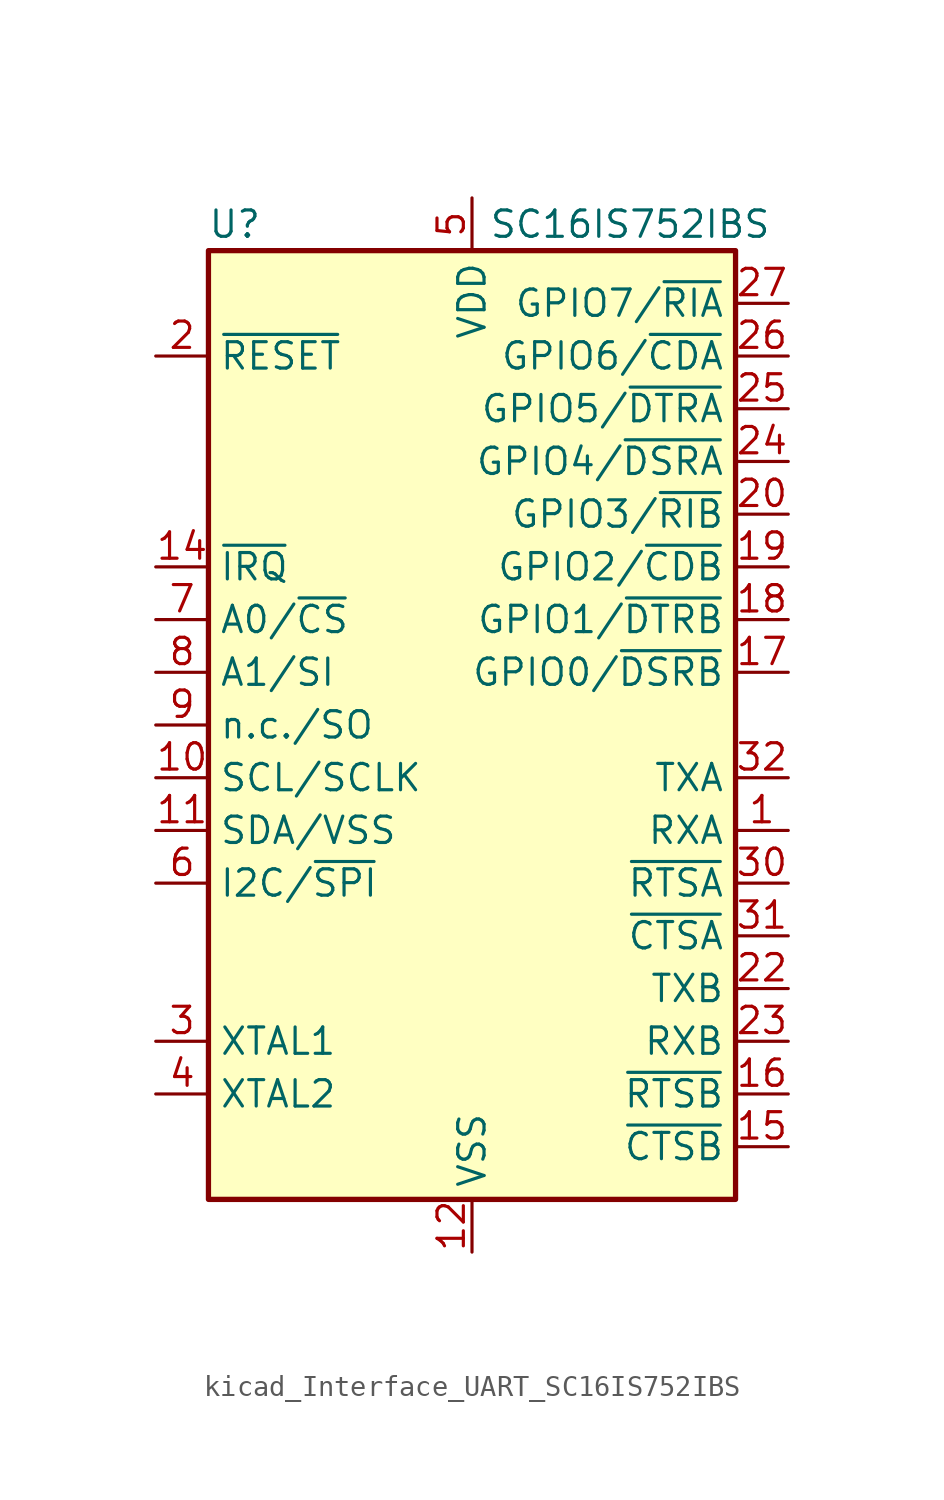
<source format=kicad_sym>
(kicad_symbol_lib
  (version 20220914)
  (generator kicad_symbol_editor)
  (symbol "kicad_Interface_UART_SC16IS752IBS"
    (property "Reference" "U"
      (at -11.43 24.13 0)
      (effects (font (size 1.27 1.27))))
    (property "Value" "SC16IS752IBS"
      (at 7.62 24.13 0)
      (effects (font (size 1.27 1.27))))
    (symbol "kicad_Interface_UART_SC16IS752IBS_0_1"
      (rectangle (start -12.7 22.86) (end 12.7 -22.86) (stroke (width 0.254) (type default)) (fill (type background))))
    (symbol "kicad_Interface_UART_SC16IS752IBS_1_1"
      (pin input line (at 15.24 -5.08 180) (length 2.54) (name "RXA" (effects (font (size 1.27 1.27)))) (number "1" (effects (font (size 1.27 1.27)))))
      (pin input line (at -15.24 -2.54 0) (length 2.54) (name "SCL/SCLK" (effects (font (size 1.27 1.27)))) (number "10" (effects (font (size 1.27 1.27)))))
      (pin bidirectional line (at -15.24 -5.08 0) (length 2.54) (name "SDA/VSS" (effects (font (size 1.27 1.27)))) (number "11" (effects (font (size 1.27 1.27)))))
      (pin power_in line (at 0 -25.4 90) (length 2.54) (name "VSS" (effects (font (size 1.27 1.27)))) (number "12" (effects (font (size 1.27 1.27)))))
      (pin passive line (at 0 25.4 270) (length 2.54) hide (name "VDD" (effects (font (size 1.27 1.27)))) (number "13" (effects (font (size 1.27 1.27)))))
      (pin open_collector line (at -15.24 7.62 0) (length 2.54) (name "~{IRQ}" (effects (font (size 1.27 1.27)))) (number "14" (effects (font (size 1.27 1.27)))))
      (pin input line (at 15.24 -20.32 180) (length 2.54) (name "~{CTSB}" (effects (font (size 1.27 1.27)))) (number "15" (effects (font (size 1.27 1.27)))))
      (pin output line (at 15.24 -17.78 180) (length 2.54) (name "~{RTSB}" (effects (font (size 1.27 1.27)))) (number "16" (effects (font (size 1.27 1.27)))))
      (pin bidirectional line (at 15.24 2.54 180) (length 2.54) (name "GPIO0/~{DSRB}" (effects (font (size 1.27 1.27)))) (number "17" (effects (font (size 1.27 1.27)))))
      (pin bidirectional line (at 15.24 5.08 180) (length 2.54) (name "GPIO1/~{DTRB}" (effects (font (size 1.27 1.27)))) (number "18" (effects (font (size 1.27 1.27)))))
      (pin bidirectional line (at 15.24 7.62 180) (length 2.54) (name "GPIO2/~{CDB}" (effects (font (size 1.27 1.27)))) (number "19" (effects (font (size 1.27 1.27)))))
      (pin input line (at -15.24 17.78 0) (length 2.54) (name "~{RESET}" (effects (font (size 1.27 1.27)))) (number "2" (effects (font (size 1.27 1.27)))))
      (pin bidirectional line (at 15.24 10.16 180) (length 2.54) (name "GPIO3/~{RIB}" (effects (font (size 1.27 1.27)))) (number "20" (effects (font (size 1.27 1.27)))))
      (pin passive line (at 0 -25.4 90) (length 2.54) hide (name "VSS" (effects (font (size 1.27 1.27)))) (number "21" (effects (font (size 1.27 1.27)))))
      (pin output line (at 15.24 -12.7 180) (length 2.54) (name "TXB" (effects (font (size 1.27 1.27)))) (number "22" (effects (font (size 1.27 1.27)))))
      (pin input line (at 15.24 -15.24 180) (length 2.54) (name "RXB" (effects (font (size 1.27 1.27)))) (number "23" (effects (font (size 1.27 1.27)))))
      (pin bidirectional line (at 15.24 12.7 180) (length 2.54) (name "GPIO4/~{DSRA}" (effects (font (size 1.27 1.27)))) (number "24" (effects (font (size 1.27 1.27)))))
      (pin bidirectional line (at 15.24 15.24 180) (length 2.54) (name "GPIO5/~{DTRA}" (effects (font (size 1.27 1.27)))) (number "25" (effects (font (size 1.27 1.27)))))
      (pin bidirectional line (at 15.24 17.78 180) (length 2.54) (name "GPIO6/~{CDA}" (effects (font (size 1.27 1.27)))) (number "26" (effects (font (size 1.27 1.27)))))
      (pin bidirectional line (at 15.24 20.32 180) (length 2.54) (name "GPIO7/~{RIA}" (effects (font (size 1.27 1.27)))) (number "27" (effects (font (size 1.27 1.27)))))
      (pin passive line (at 0 25.4 270) (length 2.54) hide (name "VDD" (effects (font (size 1.27 1.27)))) (number "28" (effects (font (size 1.27 1.27)))))
      (pin passive line (at 0 -25.4 90) (length 2.54) hide (name "VSS" (effects (font (size 1.27 1.27)))) (number "29" (effects (font (size 1.27 1.27)))))
      (pin input line (at -15.24 -15.24 0) (length 2.54) (name "XTAL1" (effects (font (size 1.27 1.27)))) (number "3" (effects (font (size 1.27 1.27)))))
      (pin output line (at 15.24 -7.62 180) (length 2.54) (name "~{RTSA}" (effects (font (size 1.27 1.27)))) (number "30" (effects (font (size 1.27 1.27)))))
      (pin input line (at 15.24 -10.16 180) (length 2.54) (name "~{CTSA}" (effects (font (size 1.27 1.27)))) (number "31" (effects (font (size 1.27 1.27)))))
      (pin output line (at 15.24 -2.54 180) (length 2.54) (name "TXA" (effects (font (size 1.27 1.27)))) (number "32" (effects (font (size 1.27 1.27)))))
      (pin passive line (at 0 -25.4 90) (length 2.54) hide (name "VSS" (effects (font (size 1.27 1.27)))) (number "33" (effects (font (size 1.27 1.27)))))
      (pin output line (at -15.24 -17.78 0) (length 2.54) (name "XTAL2" (effects (font (size 1.27 1.27)))) (number "4" (effects (font (size 1.27 1.27)))))
      (pin power_in line (at 0 25.4 270) (length 2.54) (name "VDD" (effects (font (size 1.27 1.27)))) (number "5" (effects (font (size 1.27 1.27)))))
      (pin input line (at -15.24 -7.62 0) (length 2.54) (name "I2C/~{SPI}" (effects (font (size 1.27 1.27)))) (number "6" (effects (font (size 1.27 1.27)))))
      (pin input line (at -15.24 5.08 0) (length 2.54) (name "A0/~{CS}" (effects (font (size 1.27 1.27)))) (number "7" (effects (font (size 1.27 1.27)))))
      (pin input line (at -15.24 2.54 0) (length 2.54) (name "A1/SI" (effects (font (size 1.27 1.27)))) (number "8" (effects (font (size 1.27 1.27)))))
      (pin output line (at -15.24 0 0) (length 2.54) (name "n.c./SO" (effects (font (size 1.27 1.27)))) (number "9" (effects (font (size 1.27 1.27))))))))
</source>
